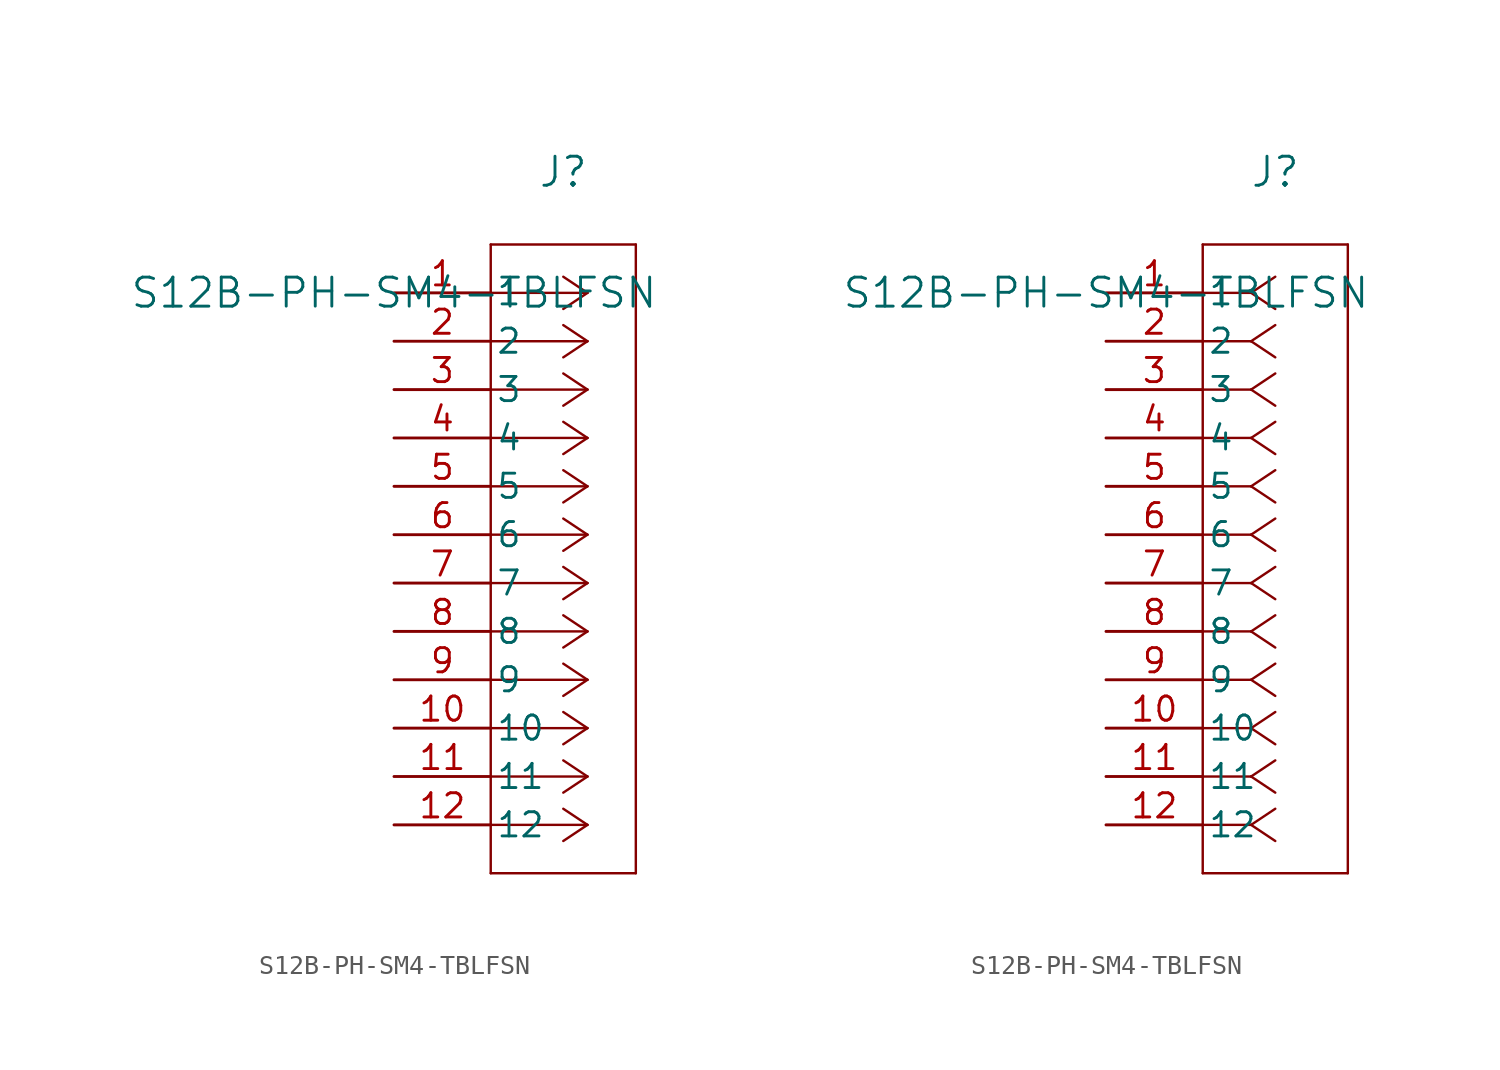
<source format=kicad_sym>
(kicad_symbol_lib
  (version 20220914)
  (generator kicad_symbol_editor)
  (symbol "S12B-PH-SM4-TBLFSN"
    (pin_names
      (offset 0.254))
    (property "Reference" "J"
      (at 8.89 6.35 0)
      (effects (font (size 1.524 1.524))))
    (property "Value" "S12B-PH-SM4-TBLFSN"
      (at 0 0 0)
      (effects (font (size 1.524 1.524))))
    (property "ki_locked" ""
      (at 0 0 0)
      (effects (font (size 1.27 1.27))))
    (symbol "S12B-PH-SM4-TBLFSN_1_1"
      (polyline (pts (xy 5.08 -30.48) (xy 12.7 -30.48)) (stroke (width 0.127) (type default)) (fill (type none)))
      (polyline (pts (xy 5.08 2.54) (xy 5.08 -30.48)) (stroke (width 0.127) (type default)) (fill (type none)))
      (polyline (pts (xy 10.16 -27.94) (xy 5.08 -27.94)) (stroke (width 0.127) (type default)) (fill (type none)))
      (polyline (pts (xy 10.16 -27.94) (xy 8.89 -28.787)) (stroke (width 0.127) (type default)) (fill (type none)))
      (polyline (pts (xy 10.16 -27.94) (xy 8.89 -27.093)) (stroke (width 0.127) (type default)) (fill (type none)))
      (polyline (pts (xy 10.16 -25.4) (xy 5.08 -25.4)) (stroke (width 0.127) (type default)) (fill (type none)))
      (polyline (pts (xy 10.16 -25.4) (xy 8.89 -26.247)) (stroke (width 0.127) (type default)) (fill (type none)))
      (polyline (pts (xy 10.16 -25.4) (xy 8.89 -24.553)) (stroke (width 0.127) (type default)) (fill (type none)))
      (polyline (pts (xy 10.16 -22.86) (xy 5.08 -22.86)) (stroke (width 0.127) (type default)) (fill (type none)))
      (polyline (pts (xy 10.16 -22.86) (xy 8.89 -23.707)) (stroke (width 0.127) (type default)) (fill (type none)))
      (polyline (pts (xy 10.16 -22.86) (xy 8.89 -22.013)) (stroke (width 0.127) (type default)) (fill (type none)))
      (polyline (pts (xy 10.16 -20.32) (xy 5.08 -20.32)) (stroke (width 0.127) (type default)) (fill (type none)))
      (polyline (pts (xy 10.16 -20.32) (xy 8.89 -21.167)) (stroke (width 0.127) (type default)) (fill (type none)))
      (polyline (pts (xy 10.16 -20.32) (xy 8.89 -19.473)) (stroke (width 0.127) (type default)) (fill (type none)))
      (polyline (pts (xy 10.16 -17.78) (xy 5.08 -17.78)) (stroke (width 0.127) (type default)) (fill (type none)))
      (polyline (pts (xy 10.16 -17.78) (xy 8.89 -18.627)) (stroke (width 0.127) (type default)) (fill (type none)))
      (polyline (pts (xy 10.16 -17.78) (xy 8.89 -16.933)) (stroke (width 0.127) (type default)) (fill (type none)))
      (polyline (pts (xy 10.16 -15.24) (xy 5.08 -15.24)) (stroke (width 0.127) (type default)) (fill (type none)))
      (polyline (pts (xy 10.16 -15.24) (xy 8.89 -16.087)) (stroke (width 0.127) (type default)) (fill (type none)))
      (polyline (pts (xy 10.16 -15.24) (xy 8.89 -14.393)) (stroke (width 0.127) (type default)) (fill (type none)))
      (polyline (pts (xy 10.16 -12.7) (xy 5.08 -12.7)) (stroke (width 0.127) (type default)) (fill (type none)))
      (polyline (pts (xy 10.16 -12.7) (xy 8.89 -13.547)) (stroke (width 0.127) (type default)) (fill (type none)))
      (polyline (pts (xy 10.16 -12.7) (xy 8.89 -11.853)) (stroke (width 0.127) (type default)) (fill (type none)))
      (polyline (pts (xy 10.16 -10.16) (xy 5.08 -10.16)) (stroke (width 0.127) (type default)) (fill (type none)))
      (polyline (pts (xy 10.16 -10.16) (xy 8.89 -11.007)) (stroke (width 0.127) (type default)) (fill (type none)))
      (polyline (pts (xy 10.16 -10.16) (xy 8.89 -9.313)) (stroke (width 0.127) (type default)) (fill (type none)))
      (polyline (pts (xy 10.16 -7.62) (xy 5.08 -7.62)) (stroke (width 0.127) (type default)) (fill (type none)))
      (polyline (pts (xy 10.16 -7.62) (xy 8.89 -8.467)) (stroke (width 0.127) (type default)) (fill (type none)))
      (polyline (pts (xy 10.16 -7.62) (xy 8.89 -6.773)) (stroke (width 0.127) (type default)) (fill (type none)))
      (polyline (pts (xy 10.16 -5.08) (xy 5.08 -5.08)) (stroke (width 0.127) (type default)) (fill (type none)))
      (polyline (pts (xy 10.16 -5.08) (xy 8.89 -5.927)) (stroke (width 0.127) (type default)) (fill (type none)))
      (polyline (pts (xy 10.16 -5.08) (xy 8.89 -4.233)) (stroke (width 0.127) (type default)) (fill (type none)))
      (polyline (pts (xy 10.16 -2.54) (xy 5.08 -2.54)) (stroke (width 0.127) (type default)) (fill (type none)))
      (polyline (pts (xy 10.16 -2.54) (xy 8.89 -3.387)) (stroke (width 0.127) (type default)) (fill (type none)))
      (polyline (pts (xy 10.16 -2.54) (xy 8.89 -1.693)) (stroke (width 0.127) (type default)) (fill (type none)))
      (polyline (pts (xy 10.16 0) (xy 5.08 0)) (stroke (width 0.127) (type default)) (fill (type none)))
      (polyline (pts (xy 10.16 0) (xy 8.89 -0.847)) (stroke (width 0.127) (type default)) (fill (type none)))
      (polyline (pts (xy 10.16 0) (xy 8.89 0.847)) (stroke (width 0.127) (type default)) (fill (type none)))
      (polyline (pts (xy 12.7 -30.48) (xy 12.7 2.54)) (stroke (width 0.127) (type default)) (fill (type none)))
      (polyline (pts (xy 12.7 2.54) (xy 5.08 2.54)) (stroke (width 0.127) (type default)) (fill (type none)))
      (pin unspecified line (at 0 0 0) (length 5.08) (name "1" (effects (font (size 1.27 1.27)))) (number "1" (effects (font (size 1.27 1.27)))))
      (pin unspecified line (at 0 -22.86 0) (length 5.08) (name "10" (effects (font (size 1.27 1.27)))) (number "10" (effects (font (size 1.27 1.27)))))
      (pin unspecified line (at 0 -25.4 0) (length 5.08) (name "11" (effects (font (size 1.27 1.27)))) (number "11" (effects (font (size 1.27 1.27)))))
      (pin unspecified line (at 0 -27.94 0) (length 5.08) (name "12" (effects (font (size 1.27 1.27)))) (number "12" (effects (font (size 1.27 1.27)))))
      (pin unspecified line (at 0 -2.54 0) (length 5.08) (name "2" (effects (font (size 1.27 1.27)))) (number "2" (effects (font (size 1.27 1.27)))))
      (pin unspecified line (at 0 -5.08 0) (length 5.08) (name "3" (effects (font (size 1.27 1.27)))) (number "3" (effects (font (size 1.27 1.27)))))
      (pin unspecified line (at 0 -7.62 0) (length 5.08) (name "4" (effects (font (size 1.27 1.27)))) (number "4" (effects (font (size 1.27 1.27)))))
      (pin unspecified line (at 0 -10.16 0) (length 5.08) (name "5" (effects (font (size 1.27 1.27)))) (number "5" (effects (font (size 1.27 1.27)))))
      (pin unspecified line (at 0 -12.7 0) (length 5.08) (name "6" (effects (font (size 1.27 1.27)))) (number "6" (effects (font (size 1.27 1.27)))))
      (pin unspecified line (at 0 -15.24 0) (length 5.08) (name "7" (effects (font (size 1.27 1.27)))) (number "7" (effects (font (size 1.27 1.27)))))
      (pin unspecified line (at 0 -17.78 0) (length 5.08) (name "8" (effects (font (size 1.27 1.27)))) (number "8" (effects (font (size 1.27 1.27)))))
      (pin unspecified line (at 0 -20.32 0) (length 5.08) (name "9" (effects (font (size 1.27 1.27)))) (number "9" (effects (font (size 1.27 1.27))))))
    (symbol "S12B-PH-SM4-TBLFSN_1_2"
      (polyline (pts (xy 5.08 -30.48) (xy 12.7 -30.48)) (stroke (width 0.127) (type default)) (fill (type none)))
      (polyline (pts (xy 5.08 2.54) (xy 5.08 -30.48)) (stroke (width 0.127) (type default)) (fill (type none)))
      (polyline (pts (xy 7.62 -27.94) (xy 5.08 -27.94)) (stroke (width 0.127) (type default)) (fill (type none)))
      (polyline (pts (xy 7.62 -27.94) (xy 8.89 -28.787)) (stroke (width 0.127) (type default)) (fill (type none)))
      (polyline (pts (xy 7.62 -27.94) (xy 8.89 -27.093)) (stroke (width 0.127) (type default)) (fill (type none)))
      (polyline (pts (xy 7.62 -25.4) (xy 5.08 -25.4)) (stroke (width 0.127) (type default)) (fill (type none)))
      (polyline (pts (xy 7.62 -25.4) (xy 8.89 -26.247)) (stroke (width 0.127) (type default)) (fill (type none)))
      (polyline (pts (xy 7.62 -25.4) (xy 8.89 -24.553)) (stroke (width 0.127) (type default)) (fill (type none)))
      (polyline (pts (xy 7.62 -22.86) (xy 5.08 -22.86)) (stroke (width 0.127) (type default)) (fill (type none)))
      (polyline (pts (xy 7.62 -22.86) (xy 8.89 -23.707)) (stroke (width 0.127) (type default)) (fill (type none)))
      (polyline (pts (xy 7.62 -22.86) (xy 8.89 -22.013)) (stroke (width 0.127) (type default)) (fill (type none)))
      (polyline (pts (xy 7.62 -20.32) (xy 5.08 -20.32)) (stroke (width 0.127) (type default)) (fill (type none)))
      (polyline (pts (xy 7.62 -20.32) (xy 8.89 -21.167)) (stroke (width 0.127) (type default)) (fill (type none)))
      (polyline (pts (xy 7.62 -20.32) (xy 8.89 -19.473)) (stroke (width 0.127) (type default)) (fill (type none)))
      (polyline (pts (xy 7.62 -17.78) (xy 5.08 -17.78)) (stroke (width 0.127) (type default)) (fill (type none)))
      (polyline (pts (xy 7.62 -17.78) (xy 8.89 -18.627)) (stroke (width 0.127) (type default)) (fill (type none)))
      (polyline (pts (xy 7.62 -17.78) (xy 8.89 -16.933)) (stroke (width 0.127) (type default)) (fill (type none)))
      (polyline (pts (xy 7.62 -15.24) (xy 5.08 -15.24)) (stroke (width 0.127) (type default)) (fill (type none)))
      (polyline (pts (xy 7.62 -15.24) (xy 8.89 -16.087)) (stroke (width 0.127) (type default)) (fill (type none)))
      (polyline (pts (xy 7.62 -15.24) (xy 8.89 -14.393)) (stroke (width 0.127) (type default)) (fill (type none)))
      (polyline (pts (xy 7.62 -12.7) (xy 5.08 -12.7)) (stroke (width 0.127) (type default)) (fill (type none)))
      (polyline (pts (xy 7.62 -12.7) (xy 8.89 -13.547)) (stroke (width 0.127) (type default)) (fill (type none)))
      (polyline (pts (xy 7.62 -12.7) (xy 8.89 -11.853)) (stroke (width 0.127) (type default)) (fill (type none)))
      (polyline (pts (xy 7.62 -10.16) (xy 5.08 -10.16)) (stroke (width 0.127) (type default)) (fill (type none)))
      (polyline (pts (xy 7.62 -10.16) (xy 8.89 -11.007)) (stroke (width 0.127) (type default)) (fill (type none)))
      (polyline (pts (xy 7.62 -10.16) (xy 8.89 -9.313)) (stroke (width 0.127) (type default)) (fill (type none)))
      (polyline (pts (xy 7.62 -7.62) (xy 5.08 -7.62)) (stroke (width 0.127) (type default)) (fill (type none)))
      (polyline (pts (xy 7.62 -7.62) (xy 8.89 -8.467)) (stroke (width 0.127) (type default)) (fill (type none)))
      (polyline (pts (xy 7.62 -7.62) (xy 8.89 -6.773)) (stroke (width 0.127) (type default)) (fill (type none)))
      (polyline (pts (xy 7.62 -5.08) (xy 5.08 -5.08)) (stroke (width 0.127) (type default)) (fill (type none)))
      (polyline (pts (xy 7.62 -5.08) (xy 8.89 -5.927)) (stroke (width 0.127) (type default)) (fill (type none)))
      (polyline (pts (xy 7.62 -5.08) (xy 8.89 -4.233)) (stroke (width 0.127) (type default)) (fill (type none)))
      (polyline (pts (xy 7.62 -2.54) (xy 5.08 -2.54)) (stroke (width 0.127) (type default)) (fill (type none)))
      (polyline (pts (xy 7.62 -2.54) (xy 8.89 -3.387)) (stroke (width 0.127) (type default)) (fill (type none)))
      (polyline (pts (xy 7.62 -2.54) (xy 8.89 -1.693)) (stroke (width 0.127) (type default)) (fill (type none)))
      (polyline (pts (xy 7.62 0) (xy 5.08 0)) (stroke (width 0.127) (type default)) (fill (type none)))
      (polyline (pts (xy 7.62 0) (xy 8.89 -0.847)) (stroke (width 0.127) (type default)) (fill (type none)))
      (polyline (pts (xy 7.62 0) (xy 8.89 0.847)) (stroke (width 0.127) (type default)) (fill (type none)))
      (polyline (pts (xy 12.7 -30.48) (xy 12.7 2.54)) (stroke (width 0.127) (type default)) (fill (type none)))
      (polyline (pts (xy 12.7 2.54) (xy 5.08 2.54)) (stroke (width 0.127) (type default)) (fill (type none)))
      (pin unspecified line (at 0 0 0) (length 5.08) (name "1" (effects (font (size 1.27 1.27)))) (number "1" (effects (font (size 1.27 1.27)))))
      (pin unspecified line (at 0 -22.86 0) (length 5.08) (name "10" (effects (font (size 1.27 1.27)))) (number "10" (effects (font (size 1.27 1.27)))))
      (pin unspecified line (at 0 -25.4 0) (length 5.08) (name "11" (effects (font (size 1.27 1.27)))) (number "11" (effects (font (size 1.27 1.27)))))
      (pin unspecified line (at 0 -27.94 0) (length 5.08) (name "12" (effects (font (size 1.27 1.27)))) (number "12" (effects (font (size 1.27 1.27)))))
      (pin unspecified line (at 0 -2.54 0) (length 5.08) (name "2" (effects (font (size 1.27 1.27)))) (number "2" (effects (font (size 1.27 1.27)))))
      (pin unspecified line (at 0 -5.08 0) (length 5.08) (name "3" (effects (font (size 1.27 1.27)))) (number "3" (effects (font (size 1.27 1.27)))))
      (pin unspecified line (at 0 -7.62 0) (length 5.08) (name "4" (effects (font (size 1.27 1.27)))) (number "4" (effects (font (size 1.27 1.27)))))
      (pin unspecified line (at 0 -10.16 0) (length 5.08) (name "5" (effects (font (size 1.27 1.27)))) (number "5" (effects (font (size 1.27 1.27)))))
      (pin unspecified line (at 0 -12.7 0) (length 5.08) (name "6" (effects (font (size 1.27 1.27)))) (number "6" (effects (font (size 1.27 1.27)))))
      (pin unspecified line (at 0 -15.24 0) (length 5.08) (name "7" (effects (font (size 1.27 1.27)))) (number "7" (effects (font (size 1.27 1.27)))))
      (pin unspecified line (at 0 -17.78 0) (length 5.08) (name "8" (effects (font (size 1.27 1.27)))) (number "8" (effects (font (size 1.27 1.27)))))
      (pin unspecified line (at 0 -20.32 0) (length 5.08) (name "9" (effects (font (size 1.27 1.27)))) (number "9" (effects (font (size 1.27 1.27))))))))
</source>
